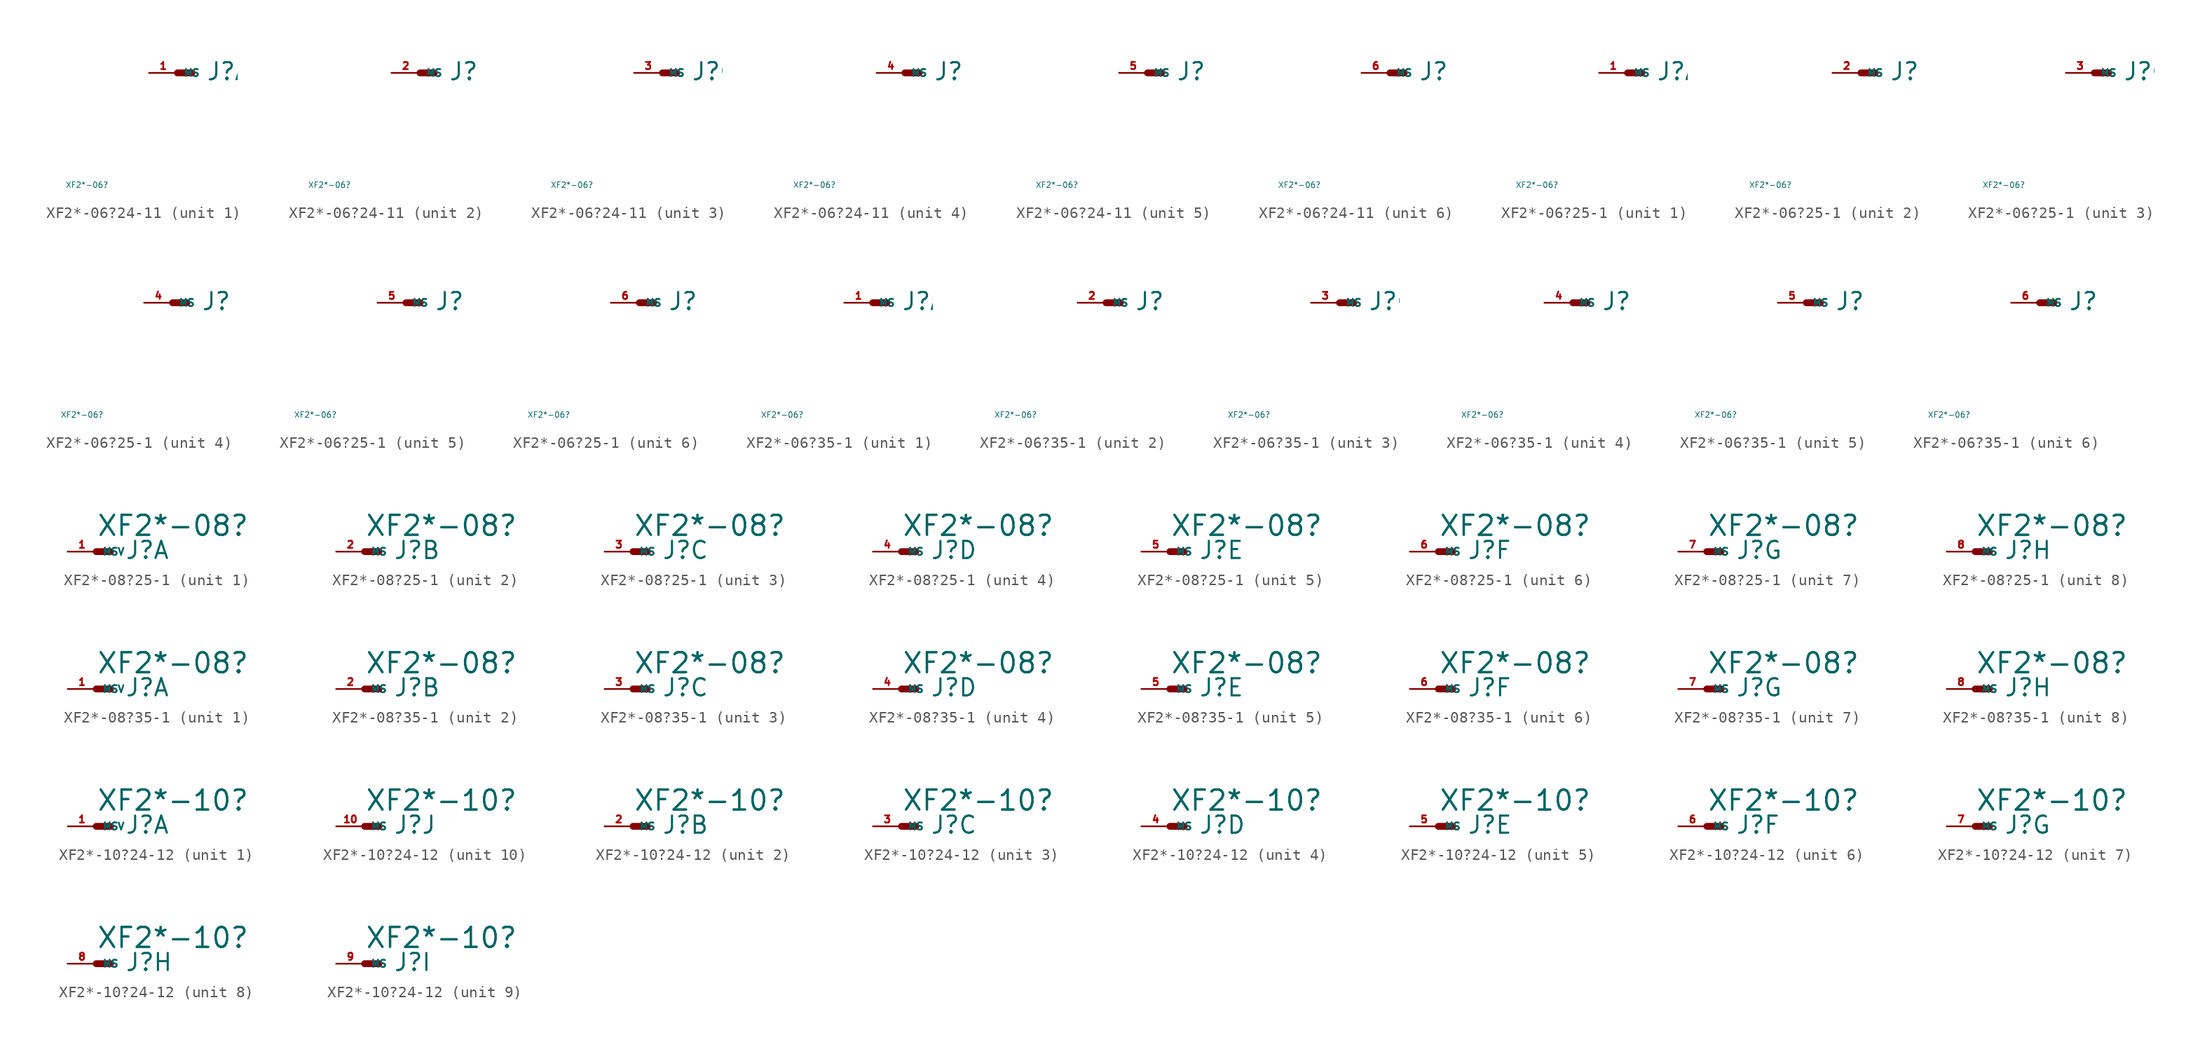
<source format=kicad_sym>
(kicad_symbol_lib
  (version 20220914)
  (generator Eagle2Kicad)
  (symbol "XF2*-06?24-11"
    (property "Reference" "J"
      (at 2.54 -0.762 0)
      (effects (font (size 1.524 1.524) (thickness 0.19)) (justify left bottom)))
    (property "Value" "XF2*-06?"
      (at -10 -10 0)
      (effects (font (size 0.5 0.5) (thickness 0.06)) (justify left)))
    (symbol "XF2*-06?24-11_1_0"
      (polyline (pts (xy 0 0) (xy 1.27 0)) (stroke (width 0.61) (type default)) (fill (type none)))
      (pin passive line (at -2.54 0 0) (length 2.54) (name "MS" (effects (font (size 0.635 0.635) (thickness 0.08)) (justify left bottom))) (number "1" (effects (font (size 0.635 0.635) (thickness 0.08)) (justify left bottom)))))
    (symbol "XF2*-06?24-11_2_0"
      (polyline (pts (xy 0 0) (xy 1.27 0)) (stroke (width 0.61) (type default)) (fill (type none)))
      (pin passive line (at -2.54 0 0) (length 2.54) (name "MS" (effects (font (size 0.635 0.635) (thickness 0.08)) (justify left bottom))) (number "2" (effects (font (size 0.635 0.635) (thickness 0.08)) (justify left bottom)))))
    (symbol "XF2*-06?24-11_3_0"
      (polyline (pts (xy 0 0) (xy 1.27 0)) (stroke (width 0.61) (type default)) (fill (type none)))
      (pin passive line (at -2.54 0 0) (length 2.54) (name "MS" (effects (font (size 0.635 0.635) (thickness 0.08)) (justify left bottom))) (number "3" (effects (font (size 0.635 0.635) (thickness 0.08)) (justify left bottom)))))
    (symbol "XF2*-06?24-11_4_0"
      (polyline (pts (xy 0 0) (xy 1.27 0)) (stroke (width 0.61) (type default)) (fill (type none)))
      (pin passive line (at -2.54 0 0) (length 2.54) (name "MS" (effects (font (size 0.635 0.635) (thickness 0.08)) (justify left bottom))) (number "4" (effects (font (size 0.635 0.635) (thickness 0.08)) (justify left bottom)))))
    (symbol "XF2*-06?24-11_5_0"
      (polyline (pts (xy 0 0) (xy 1.27 0)) (stroke (width 0.61) (type default)) (fill (type none)))
      (pin passive line (at -2.54 0 0) (length 2.54) (name "MS" (effects (font (size 0.635 0.635) (thickness 0.08)) (justify left bottom))) (number "5" (effects (font (size 0.635 0.635) (thickness 0.08)) (justify left bottom)))))
    (symbol "XF2*-06?24-11_6_0"
      (polyline (pts (xy 0 0) (xy 1.27 0)) (stroke (width 0.61) (type default)) (fill (type none)))
      (pin passive line (at -2.54 0 0) (length 2.54) (name "MS" (effects (font (size 0.635 0.635) (thickness 0.08)) (justify left bottom))) (number "6" (effects (font (size 0.635 0.635) (thickness 0.08)) (justify left bottom))))))
  (symbol "XF2*-06?25-1"
    (property "Reference" "J"
      (at 2.54 -0.762 0)
      (effects (font (size 1.524 1.524) (thickness 0.19)) (justify left bottom)))
    (property "Value" "XF2*-06?"
      (at -10 -10 0)
      (effects (font (size 0.5 0.5) (thickness 0.06)) (justify left)))
    (symbol "XF2*-06?25-1_1_0"
      (polyline (pts (xy 0 0) (xy 1.27 0)) (stroke (width 0.61) (type default)) (fill (type none)))
      (pin passive line (at -2.54 0 0) (length 2.54) (name "MS" (effects (font (size 0.635 0.635) (thickness 0.08)) (justify left bottom))) (number "1" (effects (font (size 0.635 0.635) (thickness 0.08)) (justify left bottom)))))
    (symbol "XF2*-06?25-1_2_0"
      (polyline (pts (xy 0 0) (xy 1.27 0)) (stroke (width 0.61) (type default)) (fill (type none)))
      (pin passive line (at -2.54 0 0) (length 2.54) (name "MS" (effects (font (size 0.635 0.635) (thickness 0.08)) (justify left bottom))) (number "2" (effects (font (size 0.635 0.635) (thickness 0.08)) (justify left bottom)))))
    (symbol "XF2*-06?25-1_3_0"
      (polyline (pts (xy 0 0) (xy 1.27 0)) (stroke (width 0.61) (type default)) (fill (type none)))
      (pin passive line (at -2.54 0 0) (length 2.54) (name "MS" (effects (font (size 0.635 0.635) (thickness 0.08)) (justify left bottom))) (number "3" (effects (font (size 0.635 0.635) (thickness 0.08)) (justify left bottom)))))
    (symbol "XF2*-06?25-1_4_0"
      (polyline (pts (xy 0 0) (xy 1.27 0)) (stroke (width 0.61) (type default)) (fill (type none)))
      (pin passive line (at -2.54 0 0) (length 2.54) (name "MS" (effects (font (size 0.635 0.635) (thickness 0.08)) (justify left bottom))) (number "4" (effects (font (size 0.635 0.635) (thickness 0.08)) (justify left bottom)))))
    (symbol "XF2*-06?25-1_5_0"
      (polyline (pts (xy 0 0) (xy 1.27 0)) (stroke (width 0.61) (type default)) (fill (type none)))
      (pin passive line (at -2.54 0 0) (length 2.54) (name "MS" (effects (font (size 0.635 0.635) (thickness 0.08)) (justify left bottom))) (number "5" (effects (font (size 0.635 0.635) (thickness 0.08)) (justify left bottom)))))
    (symbol "XF2*-06?25-1_6_0"
      (polyline (pts (xy 0 0) (xy 1.27 0)) (stroke (width 0.61) (type default)) (fill (type none)))
      (pin passive line (at -2.54 0 0) (length 2.54) (name "MS" (effects (font (size 0.635 0.635) (thickness 0.08)) (justify left bottom))) (number "6" (effects (font (size 0.635 0.635) (thickness 0.08)) (justify left bottom))))))
  (symbol "XF2*-06?35-1"
    (property "Reference" "J"
      (at 2.54 -0.762 0)
      (effects (font (size 1.524 1.524) (thickness 0.19)) (justify left bottom)))
    (property "Value" "XF2*-06?"
      (at -10 -10 0)
      (effects (font (size 0.5 0.5) (thickness 0.06)) (justify left)))
    (symbol "XF2*-06?35-1_1_0"
      (polyline (pts (xy 0 0) (xy 1.27 0)) (stroke (width 0.61) (type default)) (fill (type none)))
      (pin passive line (at -2.54 0 0) (length 2.54) (name "MS" (effects (font (size 0.635 0.635) (thickness 0.08)) (justify left bottom))) (number "1" (effects (font (size 0.635 0.635) (thickness 0.08)) (justify left bottom)))))
    (symbol "XF2*-06?35-1_2_0"
      (polyline (pts (xy 0 0) (xy 1.27 0)) (stroke (width 0.61) (type default)) (fill (type none)))
      (pin passive line (at -2.54 0 0) (length 2.54) (name "MS" (effects (font (size 0.635 0.635) (thickness 0.08)) (justify left bottom))) (number "2" (effects (font (size 0.635 0.635) (thickness 0.08)) (justify left bottom)))))
    (symbol "XF2*-06?35-1_3_0"
      (polyline (pts (xy 0 0) (xy 1.27 0)) (stroke (width 0.61) (type default)) (fill (type none)))
      (pin passive line (at -2.54 0 0) (length 2.54) (name "MS" (effects (font (size 0.635 0.635) (thickness 0.08)) (justify left bottom))) (number "3" (effects (font (size 0.635 0.635) (thickness 0.08)) (justify left bottom)))))
    (symbol "XF2*-06?35-1_4_0"
      (polyline (pts (xy 0 0) (xy 1.27 0)) (stroke (width 0.61) (type default)) (fill (type none)))
      (pin passive line (at -2.54 0 0) (length 2.54) (name "MS" (effects (font (size 0.635 0.635) (thickness 0.08)) (justify left bottom))) (number "4" (effects (font (size 0.635 0.635) (thickness 0.08)) (justify left bottom)))))
    (symbol "XF2*-06?35-1_5_0"
      (polyline (pts (xy 0 0) (xy 1.27 0)) (stroke (width 0.61) (type default)) (fill (type none)))
      (pin passive line (at -2.54 0 0) (length 2.54) (name "MS" (effects (font (size 0.635 0.635) (thickness 0.08)) (justify left bottom))) (number "5" (effects (font (size 0.635 0.635) (thickness 0.08)) (justify left bottom)))))
    (symbol "XF2*-06?35-1_6_0"
      (polyline (pts (xy 0 0) (xy 1.27 0)) (stroke (width 0.61) (type default)) (fill (type none)))
      (pin passive line (at -2.54 0 0) (length 2.54) (name "MS" (effects (font (size 0.635 0.635) (thickness 0.08)) (justify left bottom))) (number "6" (effects (font (size 0.635 0.635) (thickness 0.08)) (justify left bottom))))))
  (symbol "XF2*-08?25-1"
    (property "Reference" "J"
      (at 2.54 -0.762 0)
      (effects (font (size 1.524 1.524) (thickness 0.19)) (justify left bottom)))
    (property "Value" "XF2*-08?"
      (at 0 1.27 0)
      (effects (font (size 1.778 1.778) (thickness 0.22)) (justify left bottom)))
    (symbol "XF2*-08?25-1_1_0"
      (polyline (pts (xy 0 0) (xy 1.27 0)) (stroke (width 0.61) (type default)) (fill (type none)))
      (pin passive line (at -2.54 0 0) (length 2.54) (name "MSV" (effects (font (size 0.635 0.635) (thickness 0.08)) (justify left bottom))) (number "1" (effects (font (size 0.635 0.635) (thickness 0.08)) (justify left bottom)))))
    (symbol "XF2*-08?25-1_2_0"
      (polyline (pts (xy 0 0) (xy 1.27 0)) (stroke (width 0.61) (type default)) (fill (type none)))
      (pin passive line (at -2.54 0 0) (length 2.54) (name "MS" (effects (font (size 0.635 0.635) (thickness 0.08)) (justify left bottom))) (number "2" (effects (font (size 0.635 0.635) (thickness 0.08)) (justify left bottom)))))
    (symbol "XF2*-08?25-1_3_0"
      (polyline (pts (xy 0 0) (xy 1.27 0)) (stroke (width 0.61) (type default)) (fill (type none)))
      (pin passive line (at -2.54 0 0) (length 2.54) (name "MS" (effects (font (size 0.635 0.635) (thickness 0.08)) (justify left bottom))) (number "3" (effects (font (size 0.635 0.635) (thickness 0.08)) (justify left bottom)))))
    (symbol "XF2*-08?25-1_4_0"
      (polyline (pts (xy 0 0) (xy 1.27 0)) (stroke (width 0.61) (type default)) (fill (type none)))
      (pin passive line (at -2.54 0 0) (length 2.54) (name "MS" (effects (font (size 0.635 0.635) (thickness 0.08)) (justify left bottom))) (number "4" (effects (font (size 0.635 0.635) (thickness 0.08)) (justify left bottom)))))
    (symbol "XF2*-08?25-1_5_0"
      (polyline (pts (xy 0 0) (xy 1.27 0)) (stroke (width 0.61) (type default)) (fill (type none)))
      (pin passive line (at -2.54 0 0) (length 2.54) (name "MS" (effects (font (size 0.635 0.635) (thickness 0.08)) (justify left bottom))) (number "5" (effects (font (size 0.635 0.635) (thickness 0.08)) (justify left bottom)))))
    (symbol "XF2*-08?25-1_6_0"
      (polyline (pts (xy 0 0) (xy 1.27 0)) (stroke (width 0.61) (type default)) (fill (type none)))
      (pin passive line (at -2.54 0 0) (length 2.54) (name "MS" (effects (font (size 0.635 0.635) (thickness 0.08)) (justify left bottom))) (number "6" (effects (font (size 0.635 0.635) (thickness 0.08)) (justify left bottom)))))
    (symbol "XF2*-08?25-1_7_0"
      (polyline (pts (xy 0 0) (xy 1.27 0)) (stroke (width 0.61) (type default)) (fill (type none)))
      (pin passive line (at -2.54 0 0) (length 2.54) (name "MS" (effects (font (size 0.635 0.635) (thickness 0.08)) (justify left bottom))) (number "7" (effects (font (size 0.635 0.635) (thickness 0.08)) (justify left bottom)))))
    (symbol "XF2*-08?25-1_8_0"
      (polyline (pts (xy 0 0) (xy 1.27 0)) (stroke (width 0.61) (type default)) (fill (type none)))
      (pin passive line (at -2.54 0 0) (length 2.54) (name "MS" (effects (font (size 0.635 0.635) (thickness 0.08)) (justify left bottom))) (number "8" (effects (font (size 0.635 0.635) (thickness 0.08)) (justify left bottom))))))
  (symbol "XF2*-08?35-1"
    (property "Reference" "J"
      (at 2.54 -0.762 0)
      (effects (font (size 1.524 1.524) (thickness 0.19)) (justify left bottom)))
    (property "Value" "XF2*-08?"
      (at 0 1.27 0)
      (effects (font (size 1.778 1.778) (thickness 0.22)) (justify left bottom)))
    (symbol "XF2*-08?35-1_1_0"
      (polyline (pts (xy 0 0) (xy 1.27 0)) (stroke (width 0.61) (type default)) (fill (type none)))
      (pin passive line (at -2.54 0 0) (length 2.54) (name "MSV" (effects (font (size 0.635 0.635) (thickness 0.08)) (justify left bottom))) (number "1" (effects (font (size 0.635 0.635) (thickness 0.08)) (justify left bottom)))))
    (symbol "XF2*-08?35-1_2_0"
      (polyline (pts (xy 0 0) (xy 1.27 0)) (stroke (width 0.61) (type default)) (fill (type none)))
      (pin passive line (at -2.54 0 0) (length 2.54) (name "MS" (effects (font (size 0.635 0.635) (thickness 0.08)) (justify left bottom))) (number "2" (effects (font (size 0.635 0.635) (thickness 0.08)) (justify left bottom)))))
    (symbol "XF2*-08?35-1_3_0"
      (polyline (pts (xy 0 0) (xy 1.27 0)) (stroke (width 0.61) (type default)) (fill (type none)))
      (pin passive line (at -2.54 0 0) (length 2.54) (name "MS" (effects (font (size 0.635 0.635) (thickness 0.08)) (justify left bottom))) (number "3" (effects (font (size 0.635 0.635) (thickness 0.08)) (justify left bottom)))))
    (symbol "XF2*-08?35-1_4_0"
      (polyline (pts (xy 0 0) (xy 1.27 0)) (stroke (width 0.61) (type default)) (fill (type none)))
      (pin passive line (at -2.54 0 0) (length 2.54) (name "MS" (effects (font (size 0.635 0.635) (thickness 0.08)) (justify left bottom))) (number "4" (effects (font (size 0.635 0.635) (thickness 0.08)) (justify left bottom)))))
    (symbol "XF2*-08?35-1_5_0"
      (polyline (pts (xy 0 0) (xy 1.27 0)) (stroke (width 0.61) (type default)) (fill (type none)))
      (pin passive line (at -2.54 0 0) (length 2.54) (name "MS" (effects (font (size 0.635 0.635) (thickness 0.08)) (justify left bottom))) (number "5" (effects (font (size 0.635 0.635) (thickness 0.08)) (justify left bottom)))))
    (symbol "XF2*-08?35-1_6_0"
      (polyline (pts (xy 0 0) (xy 1.27 0)) (stroke (width 0.61) (type default)) (fill (type none)))
      (pin passive line (at -2.54 0 0) (length 2.54) (name "MS" (effects (font (size 0.635 0.635) (thickness 0.08)) (justify left bottom))) (number "6" (effects (font (size 0.635 0.635) (thickness 0.08)) (justify left bottom)))))
    (symbol "XF2*-08?35-1_7_0"
      (polyline (pts (xy 0 0) (xy 1.27 0)) (stroke (width 0.61) (type default)) (fill (type none)))
      (pin passive line (at -2.54 0 0) (length 2.54) (name "MS" (effects (font (size 0.635 0.635) (thickness 0.08)) (justify left bottom))) (number "7" (effects (font (size 0.635 0.635) (thickness 0.08)) (justify left bottom)))))
    (symbol "XF2*-08?35-1_8_0"
      (polyline (pts (xy 0 0) (xy 1.27 0)) (stroke (width 0.61) (type default)) (fill (type none)))
      (pin passive line (at -2.54 0 0) (length 2.54) (name "MS" (effects (font (size 0.635 0.635) (thickness 0.08)) (justify left bottom))) (number "8" (effects (font (size 0.635 0.635) (thickness 0.08)) (justify left bottom))))))
  (symbol "XF2*-10?24-12"
    (property "Reference" "J"
      (at 2.54 -0.762 0)
      (effects (font (size 1.524 1.524) (thickness 0.19)) (justify left bottom)))
    (property "Value" "XF2*-10?"
      (at 0 1.27 0)
      (effects (font (size 1.778 1.778) (thickness 0.22)) (justify left bottom)))
    (symbol "XF2*-10?24-12_1_0"
      (polyline (pts (xy 0 0) (xy 1.27 0)) (stroke (width 0.61) (type default)) (fill (type none)))
      (pin passive line (at -2.54 0 0) (length 2.54) (name "MSV" (effects (font (size 0.635 0.635) (thickness 0.08)) (justify left bottom))) (number "1" (effects (font (size 0.635 0.635) (thickness 0.08)) (justify left bottom)))))
    (symbol "XF2*-10?24-12_2_0"
      (polyline (pts (xy 0 0) (xy 1.27 0)) (stroke (width 0.61) (type default)) (fill (type none)))
      (pin passive line (at -2.54 0 0) (length 2.54) (name "MS" (effects (font (size 0.635 0.635) (thickness 0.08)) (justify left bottom))) (number "2" (effects (font (size 0.635 0.635) (thickness 0.08)) (justify left bottom)))))
    (symbol "XF2*-10?24-12_3_0"
      (polyline (pts (xy 0 0) (xy 1.27 0)) (stroke (width 0.61) (type default)) (fill (type none)))
      (pin passive line (at -2.54 0 0) (length 2.54) (name "MS" (effects (font (size 0.635 0.635) (thickness 0.08)) (justify left bottom))) (number "3" (effects (font (size 0.635 0.635) (thickness 0.08)) (justify left bottom)))))
    (symbol "XF2*-10?24-12_4_0"
      (polyline (pts (xy 0 0) (xy 1.27 0)) (stroke (width 0.61) (type default)) (fill (type none)))
      (pin passive line (at -2.54 0 0) (length 2.54) (name "MS" (effects (font (size 0.635 0.635) (thickness 0.08)) (justify left bottom))) (number "4" (effects (font (size 0.635 0.635) (thickness 0.08)) (justify left bottom)))))
    (symbol "XF2*-10?24-12_5_0"
      (polyline (pts (xy 0 0) (xy 1.27 0)) (stroke (width 0.61) (type default)) (fill (type none)))
      (pin passive line (at -2.54 0 0) (length 2.54) (name "MS" (effects (font (size 0.635 0.635) (thickness 0.08)) (justify left bottom))) (number "5" (effects (font (size 0.635 0.635) (thickness 0.08)) (justify left bottom)))))
    (symbol "XF2*-10?24-12_6_0"
      (polyline (pts (xy 0 0) (xy 1.27 0)) (stroke (width 0.61) (type default)) (fill (type none)))
      (pin passive line (at -2.54 0 0) (length 2.54) (name "MS" (effects (font (size 0.635 0.635) (thickness 0.08)) (justify left bottom))) (number "6" (effects (font (size 0.635 0.635) (thickness 0.08)) (justify left bottom)))))
    (symbol "XF2*-10?24-12_7_0"
      (polyline (pts (xy 0 0) (xy 1.27 0)) (stroke (width 0.61) (type default)) (fill (type none)))
      (pin passive line (at -2.54 0 0) (length 2.54) (name "MS" (effects (font (size 0.635 0.635) (thickness 0.08)) (justify left bottom))) (number "7" (effects (font (size 0.635 0.635) (thickness 0.08)) (justify left bottom)))))
    (symbol "XF2*-10?24-12_8_0"
      (polyline (pts (xy 0 0) (xy 1.27 0)) (stroke (width 0.61) (type default)) (fill (type none)))
      (pin passive line (at -2.54 0 0) (length 2.54) (name "MS" (effects (font (size 0.635 0.635) (thickness 0.08)) (justify left bottom))) (number "8" (effects (font (size 0.635 0.635) (thickness 0.08)) (justify left bottom)))))
    (symbol "XF2*-10?24-12_9_0"
      (polyline (pts (xy 0 0) (xy 1.27 0)) (stroke (width 0.61) (type default)) (fill (type none)))
      (pin passive line (at -2.54 0 0) (length 2.54) (name "MS" (effects (font (size 0.635 0.635) (thickness 0.08)) (justify left bottom))) (number "9" (effects (font (size 0.635 0.635) (thickness 0.08)) (justify left bottom)))))
    (symbol "XF2*-10?24-12_10_0"
      (polyline (pts (xy 0 0) (xy 1.27 0)) (stroke (width 0.61) (type default)) (fill (type none)))
      (pin passive line (at -2.54 0 0) (length 2.54) (name "MS" (effects (font (size 0.635 0.635) (thickness 0.08)) (justify left bottom))) (number "10" (effects (font (size 0.635 0.635) (thickness 0.08)) (justify left bottom)))))))
</source>
